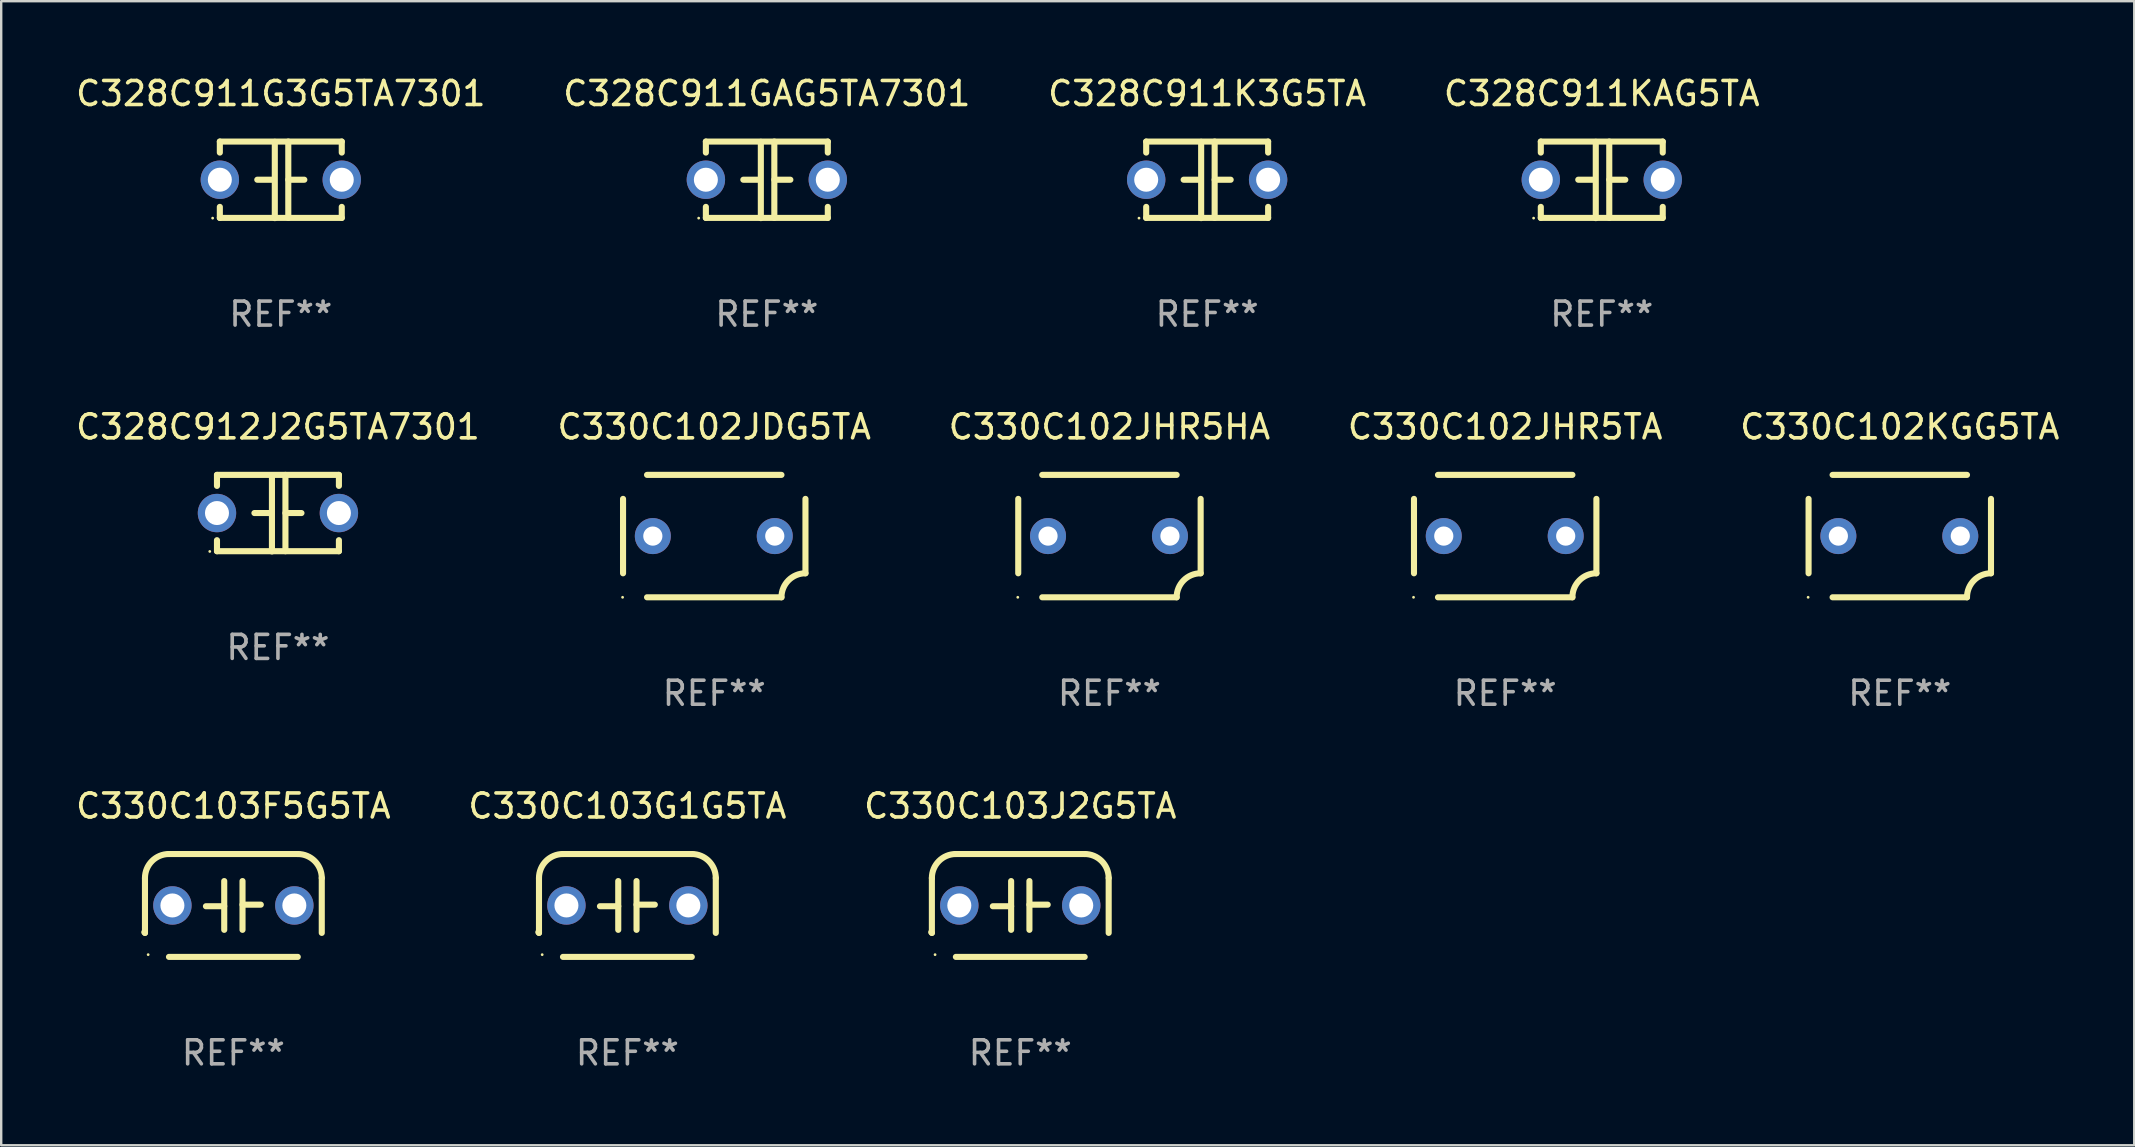
<source format=kicad_pcb>
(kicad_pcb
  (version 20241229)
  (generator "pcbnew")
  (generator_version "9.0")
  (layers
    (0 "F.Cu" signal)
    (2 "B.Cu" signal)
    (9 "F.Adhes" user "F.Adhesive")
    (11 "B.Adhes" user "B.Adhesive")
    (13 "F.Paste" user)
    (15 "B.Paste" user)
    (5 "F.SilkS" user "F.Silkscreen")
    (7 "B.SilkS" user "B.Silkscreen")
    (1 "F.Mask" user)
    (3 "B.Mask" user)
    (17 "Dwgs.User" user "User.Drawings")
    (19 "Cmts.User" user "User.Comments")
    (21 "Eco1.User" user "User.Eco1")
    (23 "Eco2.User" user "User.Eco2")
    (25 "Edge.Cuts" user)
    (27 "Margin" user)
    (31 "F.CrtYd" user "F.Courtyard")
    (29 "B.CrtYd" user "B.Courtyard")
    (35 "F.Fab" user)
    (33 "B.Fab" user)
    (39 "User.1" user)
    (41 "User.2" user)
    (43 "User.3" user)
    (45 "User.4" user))
  (footprint "C328C911KAG5TA"
    (layer "F.Cu")
    (at 63.685 4.443)
    (property "Reference" "C328C911KAG5TA" (at 0 -3.595 0) (layer "F.SilkS") (effects (font (size 1 1) (thickness 0.15))))
    (attr through_hole)
    (fp_line (start -2.54 -1.595) (end -2.54 -1.136) (stroke (width 0.254) (type solid)) (layer "F.SilkS"))
    (fp_line (start -2.54 -1.595) (end 2.54 -1.595) (stroke (width 0.254) (type solid)) (layer "F.SilkS"))
    (fp_line (start -2.54 1.126) (end -2.54 1.585) (stroke (width 0.254) (type solid)) (layer "F.SilkS"))
    (fp_line (start -0.312 -0.005) (end -0.98 -0.005) (stroke (width 0.254) (type solid)) (layer "F.SilkS"))
    (fp_line (start -0.25 -1.585) (end -0.25 1.595) (stroke (width 0.254) (type solid)) (layer "F.SilkS"))
    (fp_line (start 0.312 -1.595) (end 0.312 1.585) (stroke (width 0.254) (type solid)) (layer "F.SilkS"))
    (fp_line (start 0.312 -0.005) (end 0.98 -0.005) (stroke (width 0.254) (type solid)) (layer "F.SilkS"))
    (fp_line (start 2.54 -1.595) (end 2.54 -1.136) (stroke (width 0.254) (type solid)) (layer "F.SilkS"))
    (fp_line (start 2.54 1.126) (end 2.54 1.585) (stroke (width 0.254) (type solid)) (layer "F.SilkS"))
    (fp_line (start 2.54 1.585) (end -2.54 1.585) (stroke (width 0.254) (type solid)) (layer "F.SilkS"))
    (fp_circle (center -2.84 1.595) (end -2.81 1.595) (stroke (width 0.06) (type solid)) (fill no) (layer "F.SilkS"))
    (fp_text user "REF**" (at 0 5.595 0) (layer "F.Fab") (effects (font (size 1 1) (thickness 0.15))))
    (pad "1" thru_hole circle (at -2.54 -0.005) (size 1.6 1.6) (drill 1) (layers "*.Cu" "*.Mask"))
    (pad "2" thru_hole circle (at 2.54 -0.005) (size 1.6 1.6) (drill 1) (layers "*.Cu" "*.Mask")))
  (footprint "C330C102JDG5TA"
    (layer "F.Cu")
    (at 26.708 19.285)
    (property "Reference" "C330C102JDG5TA" (at 0 -4.55 0) (layer "F.SilkS") (effects (font (size 1 1) (thickness 0.15))))
    (attr through_hole)
    (fp_line (start -3.8 1.55) (end -3.8 -1.55) (stroke (width 0.254) (type solid)) (layer "F.SilkS"))
    (fp_line (start -2.8 -2.55) (end 2.8 -2.55) (stroke (width 0.254) (type solid)) (layer "F.SilkS"))
    (fp_line (start 2.8 2.55) (end -2.8 2.55) (stroke (width 0.254) (type solid)) (layer "F.SilkS"))
    (fp_line (start 3.8 -1.55) (end 3.8 1.55) (stroke (width 0.254) (type solid)) (layer "F.SilkS"))
    (fp_arc (start 2.800038 2.549975) (mid 3.092931 1.842868) (end 3.800038 1.549975) (stroke (width 0.254001) (type solid)) (layer "F.SilkS"))
    (fp_circle (center -3.819 2.55) (end -3.789 2.55) (stroke (width 0.06) (type solid)) (fill no) (layer "F.SilkS"))
    (fp_text user "REF**" (at 0 6.55 0) (layer "F.Fab") (effects (font (size 1 1) (thickness 0.15))))
    (pad "1" thru_hole circle (at -2.559 -0.000013) (size 1.5 1.5) (drill 0.8) (layers "*.Cu" "*.Mask"))
    (pad "2" thru_hole circle (at 2.521 -0.000013) (size 1.5 1.5) (drill 0.8) (layers "*.Cu" "*.Mask")))
  (footprint "C330C103F5G5TA"
    (layer "F.Cu")
    (at 6.673 34.674)
    (property "Reference" "C330C103F5G5TA" (at 0 -4.143 0) (layer "F.SilkS") (effects (font (size 1 1) (thickness 0.15))))
    (attr through_hole)
    (fp_line (start -3.683 -1.143) (end -3.683 1.143) (stroke (width 0.254) (type solid)) (layer "F.SilkS"))
    (fp_line (start -2.683 -2.143) (end 2.683 -2.143) (stroke (width 0.254) (type solid)) (layer "F.SilkS"))
    (fp_line (start -0.381 0.033) (end -1.143 0.033) (stroke (width 0.254) (type solid)) (layer "F.SilkS"))
    (fp_line (start -0.381 1.016) (end -0.381 -1.016) (stroke (width 0.254) (type solid)) (layer "F.SilkS"))
    (fp_line (start 0.381 -1.016) (end 0.381 1.016) (stroke (width 0.254) (type solid)) (layer "F.SilkS"))
    (fp_line (start 0.381 -0.033) (end 1.143 -0.033) (stroke (width 0.254) (type solid)) (layer "F.SilkS"))
    (fp_line (start 2.683 2.143) (end -2.683 2.143) (stroke (width 0.254) (type solid)) (layer "F.SilkS"))
    (fp_line (start 3.683 1.143) (end 3.683 -1.143) (stroke (width 0.254) (type solid)) (layer "F.SilkS"))
    (fp_arc (start -3.710292 1.115763) (mid -3.696656 1.129383) (end -3.68302 1.143002) (stroke (width 0.254001) (type solid)) (layer "F.SilkS"))
    (fp_arc (start -3.682994 -1.142977) (mid -3.390088 -1.850114) (end -2.682944 -2.143002) (stroke (width 0.254001) (type solid)) (layer "F.SilkS"))
    (fp_arc (start 2.682994 -2.143028) (mid 3.390106 -1.850122) (end 3.682995 -1.143002) (stroke (width 0.254001) (type solid)) (layer "F.SilkS"))
    (fp_circle (center -3.55 2.05) (end -3.52 2.05) (stroke (width 0.06) (type solid)) (fill no) (layer "F.SilkS"))
    (fp_text user "REF**" (at 0 6.143 0) (layer "F.Fab") (effects (font (size 1 1) (thickness 0.15))))
    (pad "1" thru_hole circle (at -2.54 0) (size 1.6 1.6) (drill 1) (layers "*.Cu" "*.Mask"))
    (pad "2" thru_hole circle (at 2.54 0) (size 1.6 1.6) (drill 1) (layers "*.Cu" "*.Mask")))
  (footprint "C328C912J2G5TA7301"
    (layer "F.Cu")
    (at 8.53 18.33)
    (property "Reference" "C328C912J2G5TA7301" (at 0 -3.595 0) (layer "F.SilkS") (effects (font (size 1 1) (thickness 0.15))))
    (attr through_hole)
    (fp_line (start -2.54 -1.595) (end -2.54 -1.136) (stroke (width 0.254) (type solid)) (layer "F.SilkS"))
    (fp_line (start -2.54 -1.595) (end 2.54 -1.595) (stroke (width 0.254) (type solid)) (layer "F.SilkS"))
    (fp_line (start -2.54 1.126) (end -2.54 1.585) (stroke (width 0.254) (type solid)) (layer "F.SilkS"))
    (fp_line (start -0.312 -0.005) (end -0.98 -0.005) (stroke (width 0.254) (type solid)) (layer "F.SilkS"))
    (fp_line (start -0.25 -1.585) (end -0.25 1.595) (stroke (width 0.254) (type solid)) (layer "F.SilkS"))
    (fp_line (start 0.312 -1.595) (end 0.312 1.585) (stroke (width 0.254) (type solid)) (layer "F.SilkS"))
    (fp_line (start 0.312 -0.005) (end 0.98 -0.005) (stroke (width 0.254) (type solid)) (layer "F.SilkS"))
    (fp_line (start 2.54 -1.595) (end 2.54 -1.136) (stroke (width 0.254) (type solid)) (layer "F.SilkS"))
    (fp_line (start 2.54 1.126) (end 2.54 1.585) (stroke (width 0.254) (type solid)) (layer "F.SilkS"))
    (fp_line (start 2.54 1.585) (end -2.54 1.585) (stroke (width 0.254) (type solid)) (layer "F.SilkS"))
    (fp_circle (center -2.84 1.595) (end -2.81 1.595) (stroke (width 0.06) (type solid)) (fill no) (layer "F.SilkS"))
    (fp_text user "REF**" (at 0 5.595 0) (layer "F.Fab") (effects (font (size 1 1) (thickness 0.15))))
    (pad "1" thru_hole circle (at -2.54 -0.005) (size 1.6 1.6) (drill 1) (layers "*.Cu" "*.Mask"))
    (pad "2" thru_hole circle (at 2.54 -0.005) (size 1.6 1.6) (drill 1) (layers "*.Cu" "*.Mask")))
  (footprint "C328C911G3G5TA7301"
    (layer "F.Cu")
    (at 8.649 4.443)
    (property "Reference" "C328C911G3G5TA7301" (at 0 -3.595 0) (layer "F.SilkS") (effects (font (size 1 1) (thickness 0.15))))
    (attr through_hole)
    (fp_line (start -2.54 -1.595) (end -2.54 -1.136) (stroke (width 0.254) (type solid)) (layer "F.SilkS"))
    (fp_line (start -2.54 -1.595) (end 2.54 -1.595) (stroke (width 0.254) (type solid)) (layer "F.SilkS"))
    (fp_line (start -2.54 1.126) (end -2.54 1.585) (stroke (width 0.254) (type solid)) (layer "F.SilkS"))
    (fp_line (start -0.312 -0.005) (end -0.98 -0.005) (stroke (width 0.254) (type solid)) (layer "F.SilkS"))
    (fp_line (start -0.25 -1.585) (end -0.25 1.595) (stroke (width 0.254) (type solid)) (layer "F.SilkS"))
    (fp_line (start 0.312 -1.595) (end 0.312 1.585) (stroke (width 0.254) (type solid)) (layer "F.SilkS"))
    (fp_line (start 0.312 -0.005) (end 0.98 -0.005) (stroke (width 0.254) (type solid)) (layer "F.SilkS"))
    (fp_line (start 2.54 -1.595) (end 2.54 -1.136) (stroke (width 0.254) (type solid)) (layer "F.SilkS"))
    (fp_line (start 2.54 1.126) (end 2.54 1.585) (stroke (width 0.254) (type solid)) (layer "F.SilkS"))
    (fp_line (start 2.54 1.585) (end -2.54 1.585) (stroke (width 0.254) (type solid)) (layer "F.SilkS"))
    (fp_circle (center -2.84 1.595) (end -2.81 1.595) (stroke (width 0.06) (type solid)) (fill no) (layer "F.SilkS"))
    (fp_text user "REF**" (at 0 5.595 0) (layer "F.Fab") (effects (font (size 1 1) (thickness 0.15))))
    (pad "1" thru_hole circle (at -2.54 -0.005) (size 1.6 1.6) (drill 1) (layers "*.Cu" "*.Mask"))
    (pad "2" thru_hole circle (at 2.54 -0.005) (size 1.6 1.6) (drill 1) (layers "*.Cu" "*.Mask")))
  (footprint "C330C102JHR5HA"
    (layer "F.Cu")
    (at 43.173 19.285)
    (property "Reference" "C330C102JHR5HA" (at 0 -4.55 0) (layer "F.SilkS") (effects (font (size 1 1) (thickness 0.15))))
    (attr through_hole)
    (fp_line (start -3.8 1.55) (end -3.8 -1.55) (stroke (width 0.254) (type solid)) (layer "F.SilkS"))
    (fp_line (start -2.8 -2.55) (end 2.8 -2.55) (stroke (width 0.254) (type solid)) (layer "F.SilkS"))
    (fp_line (start 2.8 2.55) (end -2.8 2.55) (stroke (width 0.254) (type solid)) (layer "F.SilkS"))
    (fp_line (start 3.8 -1.55) (end 3.8 1.55) (stroke (width 0.254) (type solid)) (layer "F.SilkS"))
    (fp_arc (start 2.800038 2.549975) (mid 3.092931 1.842868) (end 3.800038 1.549975) (stroke (width 0.254001) (type solid)) (layer "F.SilkS"))
    (fp_circle (center -3.819 2.55) (end -3.789 2.55) (stroke (width 0.06) (type solid)) (fill no) (layer "F.SilkS"))
    (fp_text user "REF**" (at 0 6.55 0) (layer "F.Fab") (effects (font (size 1 1) (thickness 0.15))))
    (pad "1" thru_hole circle (at -2.559 -0.000013) (size 1.5 1.5) (drill 0.8) (layers "*.Cu" "*.Mask"))
    (pad "2" thru_hole circle (at 2.521 -0.000013) (size 1.5 1.5) (drill 0.8) (layers "*.Cu" "*.Mask")))
  (footprint "C330C103J2G5TA"
    (layer "F.Cu")
    (at 39.458 34.674)
    (property "Reference" "C330C103J2G5TA" (at 0 -4.143 0) (layer "F.SilkS") (effects (font (size 1 1) (thickness 0.15))))
    (attr through_hole)
    (fp_line (start -3.683 -1.143) (end -3.683 1.143) (stroke (width 0.254) (type solid)) (layer "F.SilkS"))
    (fp_line (start -2.683 -2.143) (end 2.683 -2.143) (stroke (width 0.254) (type solid)) (layer "F.SilkS"))
    (fp_line (start -0.381 0.033) (end -1.143 0.033) (stroke (width 0.254) (type solid)) (layer "F.SilkS"))
    (fp_line (start -0.381 1.016) (end -0.381 -1.016) (stroke (width 0.254) (type solid)) (layer "F.SilkS"))
    (fp_line (start 0.381 -1.016) (end 0.381 1.016) (stroke (width 0.254) (type solid)) (layer "F.SilkS"))
    (fp_line (start 0.381 -0.033) (end 1.143 -0.033) (stroke (width 0.254) (type solid)) (layer "F.SilkS"))
    (fp_line (start 2.683 2.143) (end -2.683 2.143) (stroke (width 0.254) (type solid)) (layer "F.SilkS"))
    (fp_line (start 3.683 1.143) (end 3.683 -1.143) (stroke (width 0.254) (type solid)) (layer "F.SilkS"))
    (fp_arc (start -3.710292 1.115763) (mid -3.696656 1.129383) (end -3.68302 1.143002) (stroke (width 0.254001) (type solid)) (layer "F.SilkS"))
    (fp_arc (start -3.682994 -1.142977) (mid -3.390088 -1.850114) (end -2.682944 -2.143002) (stroke (width 0.254001) (type solid)) (layer "F.SilkS"))
    (fp_arc (start 2.682994 -2.143028) (mid 3.390106 -1.850122) (end 3.682995 -1.143002) (stroke (width 0.254001) (type solid)) (layer "F.SilkS"))
    (fp_circle (center -3.55 2.05) (end -3.52 2.05) (stroke (width 0.06) (type solid)) (fill no) (layer "F.SilkS"))
    (fp_text user "REF**" (at 0 6.143 0) (layer "F.Fab") (effects (font (size 1 1) (thickness 0.15))))
    (pad "1" thru_hole circle (at -2.54 0) (size 1.6 1.6) (drill 1) (layers "*.Cu" "*.Mask"))
    (pad "2" thru_hole circle (at 2.54 0) (size 1.6 1.6) (drill 1) (layers "*.Cu" "*.Mask")))
  (footprint "C330C102KGG5TA"
    (layer "F.Cu")
    (at 76.101 19.285)
    (property "Reference" "C330C102KGG5TA" (at 0 -4.55 0) (layer "F.SilkS") (effects (font (size 1 1) (thickness 0.15))))
    (attr through_hole)
    (fp_line (start -3.8 1.55) (end -3.8 -1.55) (stroke (width 0.254) (type solid)) (layer "F.SilkS"))
    (fp_line (start -2.8 -2.55) (end 2.8 -2.55) (stroke (width 0.254) (type solid)) (layer "F.SilkS"))
    (fp_line (start 2.8 2.55) (end -2.8 2.55) (stroke (width 0.254) (type solid)) (layer "F.SilkS"))
    (fp_line (start 3.8 -1.55) (end 3.8 1.55) (stroke (width 0.254) (type solid)) (layer "F.SilkS"))
    (fp_arc (start 2.800038 2.549975) (mid 3.092931 1.842868) (end 3.800038 1.549975) (stroke (width 0.254001) (type solid)) (layer "F.SilkS"))
    (fp_circle (center -3.819 2.55) (end -3.789 2.55) (stroke (width 0.06) (type solid)) (fill no) (layer "F.SilkS"))
    (fp_text user "REF**" (at 0 6.55 0) (layer "F.Fab") (effects (font (size 1 1) (thickness 0.15))))
    (pad "1" thru_hole circle (at -2.559 -0.000013) (size 1.5 1.5) (drill 0.8) (layers "*.Cu" "*.Mask"))
    (pad "2" thru_hole circle (at 2.521 -0.000013) (size 1.5 1.5) (drill 0.8) (layers "*.Cu" "*.Mask")))
  (footprint "C330C102JHR5TA"
    (layer "F.Cu")
    (at 59.661 19.285)
    (property "Reference" "C330C102JHR5TA" (at 0 -4.55 0) (layer "F.SilkS") (effects (font (size 1 1) (thickness 0.15))))
    (attr through_hole)
    (fp_line (start -3.8 1.55) (end -3.8 -1.55) (stroke (width 0.254) (type solid)) (layer "F.SilkS"))
    (fp_line (start -2.8 -2.55) (end 2.8 -2.55) (stroke (width 0.254) (type solid)) (layer "F.SilkS"))
    (fp_line (start 2.8 2.55) (end -2.8 2.55) (stroke (width 0.254) (type solid)) (layer "F.SilkS"))
    (fp_line (start 3.8 -1.55) (end 3.8 1.55) (stroke (width 0.254) (type solid)) (layer "F.SilkS"))
    (fp_arc (start 2.800038 2.549975) (mid 3.092931 1.842868) (end 3.800038 1.549975) (stroke (width 0.254001) (type solid)) (layer "F.SilkS"))
    (fp_circle (center -3.819 2.55) (end -3.789 2.55) (stroke (width 0.06) (type solid)) (fill no) (layer "F.SilkS"))
    (fp_text user "REF**" (at 0 6.55 0) (layer "F.Fab") (effects (font (size 1 1) (thickness 0.15))))
    (pad "1" thru_hole circle (at -2.559 -0.000013) (size 1.5 1.5) (drill 0.8) (layers "*.Cu" "*.Mask"))
    (pad "2" thru_hole circle (at 2.521 -0.000013) (size 1.5 1.5) (drill 0.8) (layers "*.Cu" "*.Mask")))
  (footprint "C328C911GAG5TA7301"
    (layer "F.Cu")
    (at 28.899 4.443)
    (property "Reference" "C328C911GAG5TA7301" (at 0 -3.595 0) (layer "F.SilkS") (effects (font (size 1 1) (thickness 0.15))))
    (attr through_hole)
    (fp_line (start -2.54 -1.595) (end -2.54 -1.136) (stroke (width 0.254) (type solid)) (layer "F.SilkS"))
    (fp_line (start -2.54 -1.595) (end 2.54 -1.595) (stroke (width 0.254) (type solid)) (layer "F.SilkS"))
    (fp_line (start -2.54 1.126) (end -2.54 1.585) (stroke (width 0.254) (type solid)) (layer "F.SilkS"))
    (fp_line (start -0.312 -0.005) (end -0.98 -0.005) (stroke (width 0.254) (type solid)) (layer "F.SilkS"))
    (fp_line (start -0.25 -1.585) (end -0.25 1.595) (stroke (width 0.254) (type solid)) (layer "F.SilkS"))
    (fp_line (start 0.312 -1.595) (end 0.312 1.585) (stroke (width 0.254) (type solid)) (layer "F.SilkS"))
    (fp_line (start 0.312 -0.005) (end 0.98 -0.005) (stroke (width 0.254) (type solid)) (layer "F.SilkS"))
    (fp_line (start 2.54 -1.595) (end 2.54 -1.136) (stroke (width 0.254) (type solid)) (layer "F.SilkS"))
    (fp_line (start 2.54 1.126) (end 2.54 1.585) (stroke (width 0.254) (type solid)) (layer "F.SilkS"))
    (fp_line (start 2.54 1.585) (end -2.54 1.585) (stroke (width 0.254) (type solid)) (layer "F.SilkS"))
    (fp_circle (center -2.84 1.595) (end -2.81 1.595) (stroke (width 0.06) (type solid)) (fill no) (layer "F.SilkS"))
    (fp_text user "REF**" (at 0 5.595 0) (layer "F.Fab") (effects (font (size 1 1) (thickness 0.15))))
    (pad "1" thru_hole circle (at -2.54 -0.005) (size 1.6 1.6) (drill 1) (layers "*.Cu" "*.Mask"))
    (pad "2" thru_hole circle (at 2.54 -0.005) (size 1.6 1.6) (drill 1) (layers "*.Cu" "*.Mask")))
  (footprint "C328C911K3G5TA"
    (layer "F.Cu")
    (at 47.244 4.443)
    (property "Reference" "C328C911K3G5TA" (at 0 -3.595 0) (layer "F.SilkS") (effects (font (size 1 1) (thickness 0.15))))
    (attr through_hole)
    (fp_line (start -2.54 -1.595) (end -2.54 -1.136) (stroke (width 0.254) (type solid)) (layer "F.SilkS"))
    (fp_line (start -2.54 -1.595) (end 2.54 -1.595) (stroke (width 0.254) (type solid)) (layer "F.SilkS"))
    (fp_line (start -2.54 1.126) (end -2.54 1.585) (stroke (width 0.254) (type solid)) (layer "F.SilkS"))
    (fp_line (start -0.312 -0.005) (end -0.98 -0.005) (stroke (width 0.254) (type solid)) (layer "F.SilkS"))
    (fp_line (start -0.25 -1.585) (end -0.25 1.595) (stroke (width 0.254) (type solid)) (layer "F.SilkS"))
    (fp_line (start 0.312 -1.595) (end 0.312 1.585) (stroke (width 0.254) (type solid)) (layer "F.SilkS"))
    (fp_line (start 0.312 -0.005) (end 0.98 -0.005) (stroke (width 0.254) (type solid)) (layer "F.SilkS"))
    (fp_line (start 2.54 -1.595) (end 2.54 -1.136) (stroke (width 0.254) (type solid)) (layer "F.SilkS"))
    (fp_line (start 2.54 1.126) (end 2.54 1.585) (stroke (width 0.254) (type solid)) (layer "F.SilkS"))
    (fp_line (start 2.54 1.585) (end -2.54 1.585) (stroke (width 0.254) (type solid)) (layer "F.SilkS"))
    (fp_circle (center -2.84 1.595) (end -2.81 1.595) (stroke (width 0.06) (type solid)) (fill no) (layer "F.SilkS"))
    (fp_text user "REF**" (at 0 5.595 0) (layer "F.Fab") (effects (font (size 1 1) (thickness 0.15))))
    (pad "1" thru_hole circle (at -2.54 -0.005) (size 1.6 1.6) (drill 1) (layers "*.Cu" "*.Mask"))
    (pad "2" thru_hole circle (at 2.54 -0.005) (size 1.6 1.6) (drill 1) (layers "*.Cu" "*.Mask")))
  (footprint "C330C103G1G5TA"
    (layer "F.Cu")
    (at 23.089 34.674)
    (property "Reference" "C330C103G1G5TA" (at 0 -4.143 0) (layer "F.SilkS") (effects (font (size 1 1) (thickness 0.15))))
    (attr through_hole)
    (fp_line (start -3.683 -1.143) (end -3.683 1.143) (stroke (width 0.254) (type solid)) (layer "F.SilkS"))
    (fp_line (start -2.683 -2.143) (end 2.683 -2.143) (stroke (width 0.254) (type solid)) (layer "F.SilkS"))
    (fp_line (start -0.381 0.033) (end -1.143 0.033) (stroke (width 0.254) (type solid)) (layer "F.SilkS"))
    (fp_line (start -0.381 1.016) (end -0.381 -1.016) (stroke (width 0.254) (type solid)) (layer "F.SilkS"))
    (fp_line (start 0.381 -1.016) (end 0.381 1.016) (stroke (width 0.254) (type solid)) (layer "F.SilkS"))
    (fp_line (start 0.381 -0.033) (end 1.143 -0.033) (stroke (width 0.254) (type solid)) (layer "F.SilkS"))
    (fp_line (start 2.683 2.143) (end -2.683 2.143) (stroke (width 0.254) (type solid)) (layer "F.SilkS"))
    (fp_line (start 3.683 1.143) (end 3.683 -1.143) (stroke (width 0.254) (type solid)) (layer "F.SilkS"))
    (fp_arc (start -3.710292 1.115763) (mid -3.696656 1.129383) (end -3.68302 1.143002) (stroke (width 0.254001) (type solid)) (layer "F.SilkS"))
    (fp_arc (start -3.682994 -1.142977) (mid -3.390088 -1.850114) (end -2.682944 -2.143002) (stroke (width 0.254001) (type solid)) (layer "F.SilkS"))
    (fp_arc (start 2.682994 -2.143028) (mid 3.390106 -1.850122) (end 3.682995 -1.143002) (stroke (width 0.254001) (type solid)) (layer "F.SilkS"))
    (fp_circle (center -3.55 2.05) (end -3.52 2.05) (stroke (width 0.06) (type solid)) (fill no) (layer "F.SilkS"))
    (fp_text user "REF**" (at 0 6.143 0) (layer "F.Fab") (effects (font (size 1 1) (thickness 0.15))))
    (pad "1" thru_hole circle (at -2.54 0) (size 1.6 1.6) (drill 1) (layers "*.Cu" "*.Mask"))
    (pad "2" thru_hole circle (at 2.54 0) (size 1.6 1.6) (drill 1) (layers "*.Cu" "*.Mask")))
  (gr_rect
    (start -3 -3)
    (end 85.869 44.666)
    (stroke (width 0.1) (type default))
    (fill no)
    (layer "Edge.Cuts")))
</source>
